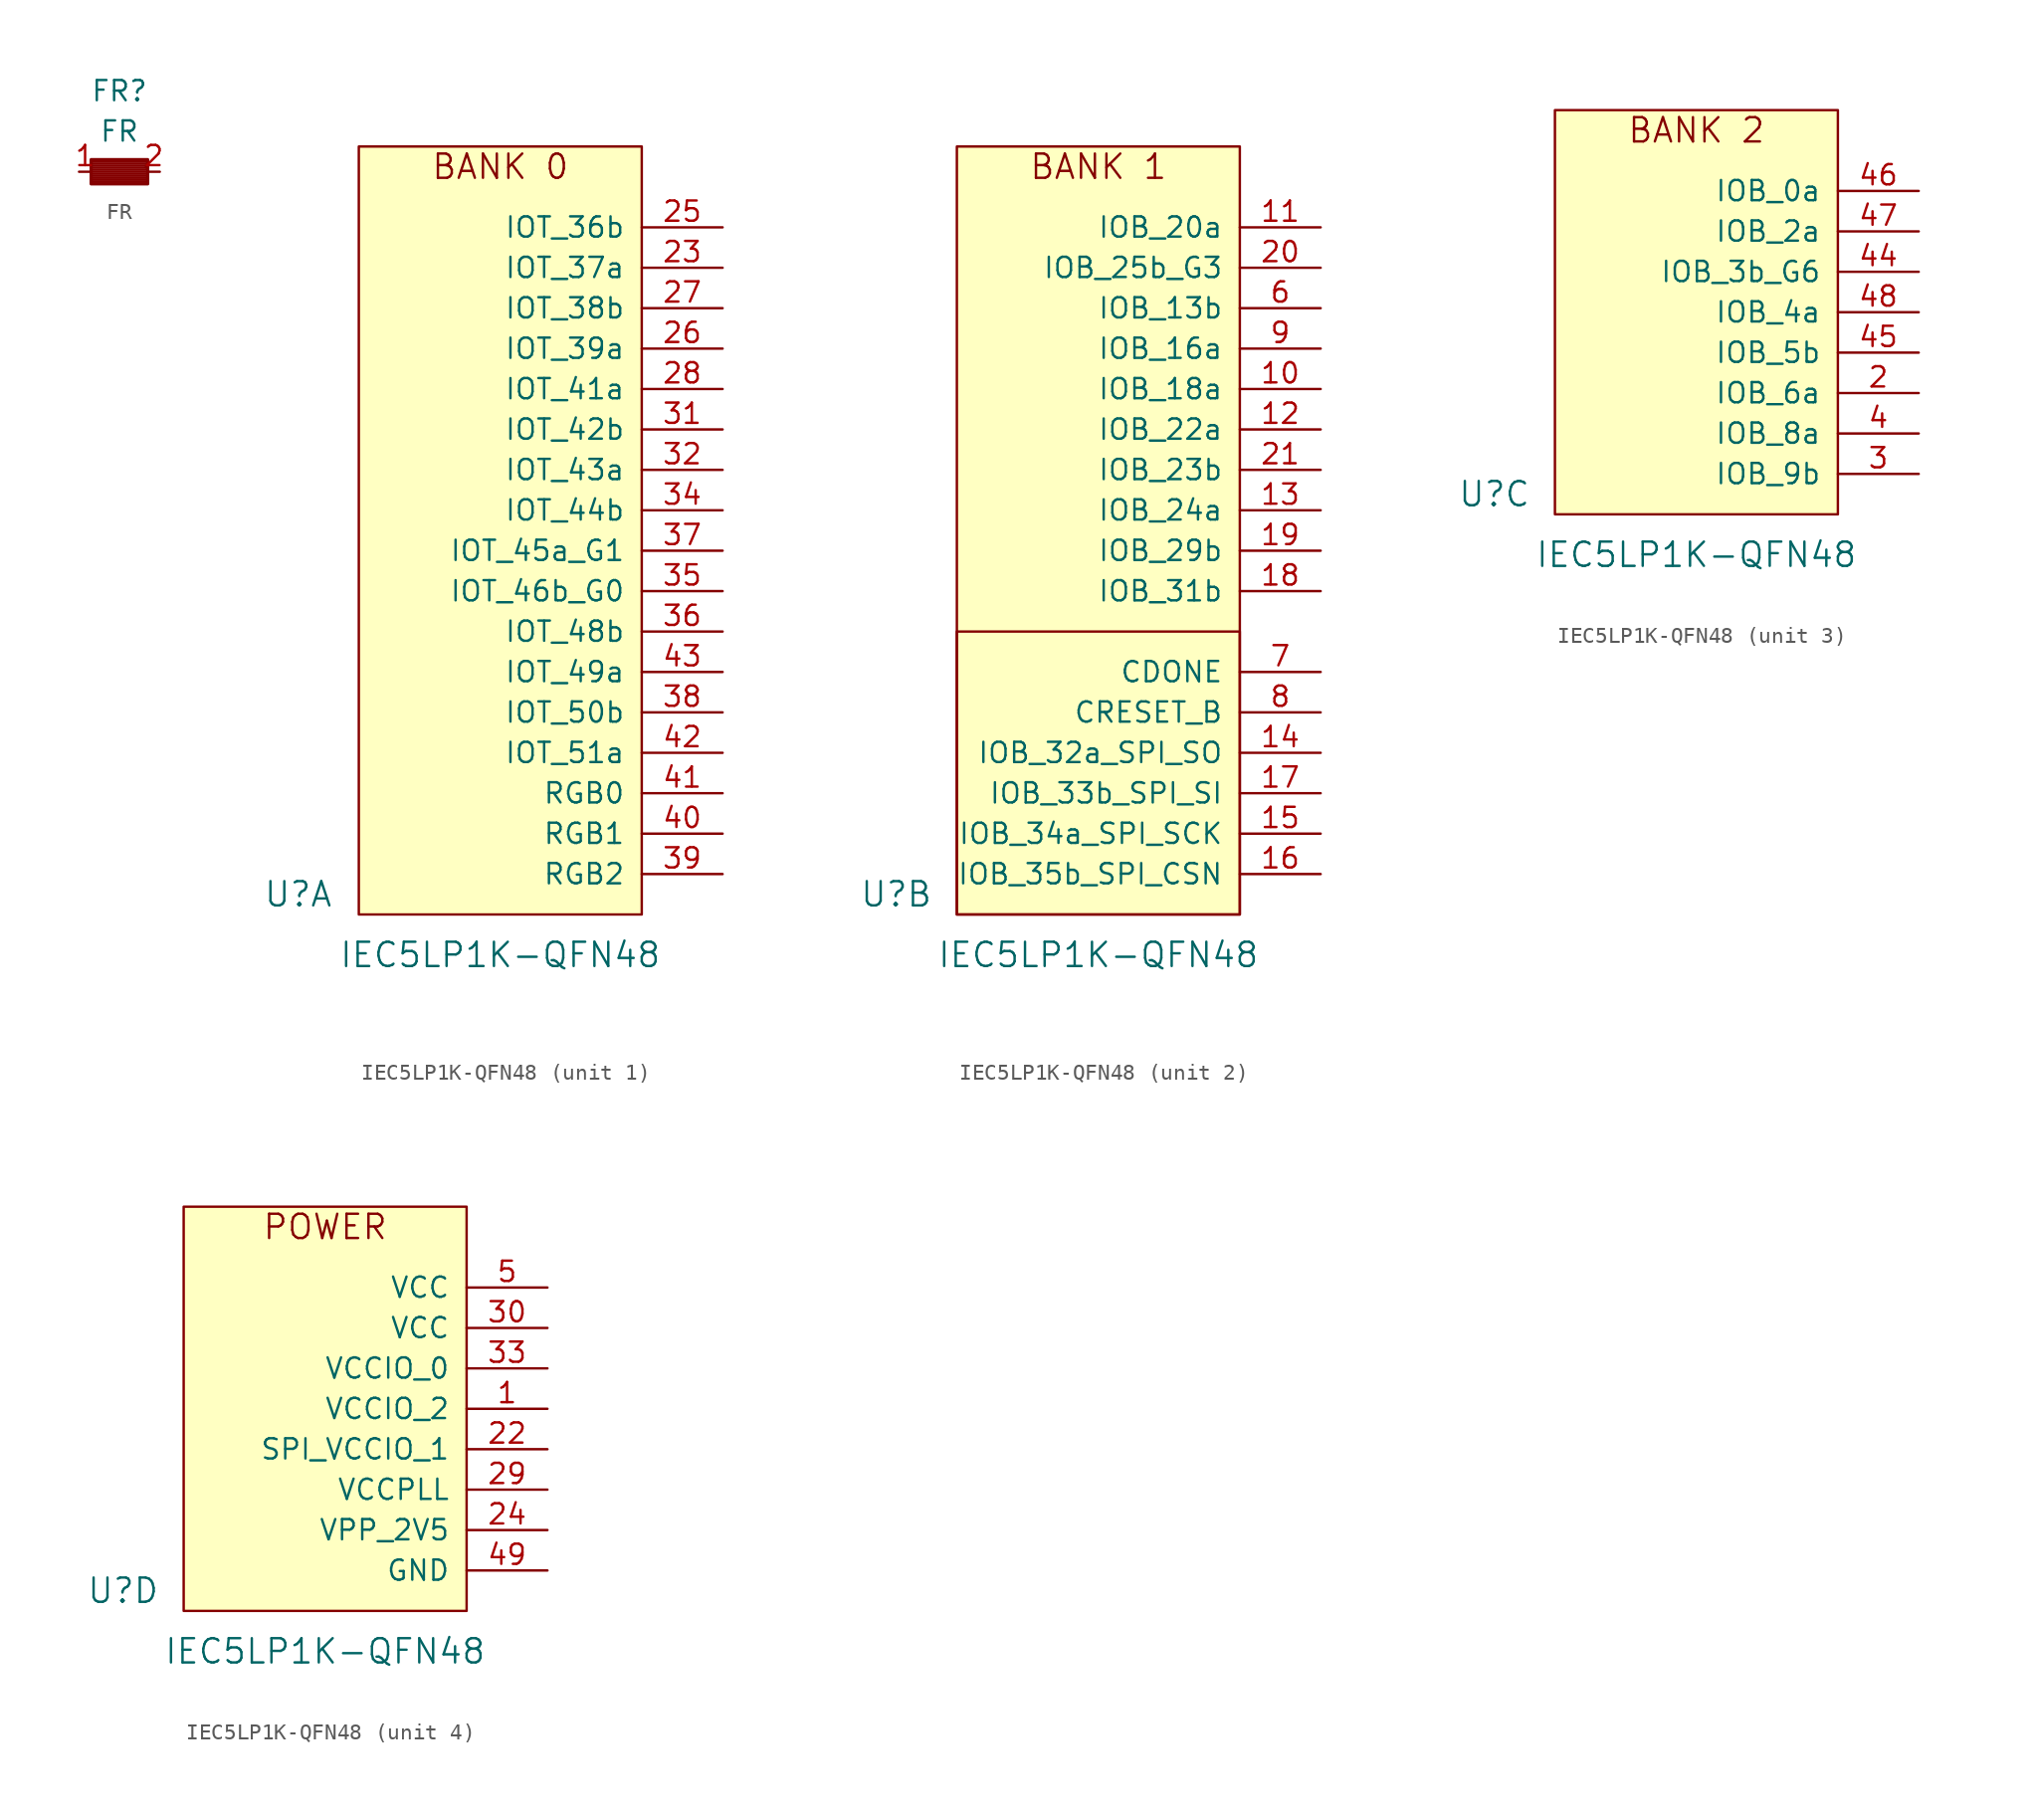
<source format=kicad_sym>
(kicad_symbol_lib
  (version 20211014)
  (generator kicad_symbol_editor)
  (symbol "FR"
    (pin_names
      (offset 1.016))
    (property "Reference" "FR"
      (at 0 2.54 0)
      (effects (font (size 1.27 1.27))))
    (property "Value" "FR"
      (at 0 0 0)
      (effects (font (size 1.27 1.27))))
    (symbol "FR_0_1"
      (polyline (pts (xy -1.778 -3.048) (xy 1.778 -3.048)) (stroke (width 0) (type default) (color 0 0 0 0)) (fill (type none)))
      (polyline (pts (xy -1.778 -2.794) (xy 1.778 -2.794)) (stroke (width 0) (type default) (color 0 0 0 0)) (fill (type none)))
      (polyline (pts (xy -1.778 -2.54) (xy 1.778 -2.54)) (stroke (width 0) (type default) (color 0 0 0 0)) (fill (type none)))
      (polyline (pts (xy -1.778 -2.413) (xy 1.651 -2.413)) (stroke (width 0) (type default) (color 0 0 0 0)) (fill (type none)))
      (polyline (pts (xy -1.778 -2.286) (xy 1.778 -2.286)) (stroke (width 0) (type default) (color 0 0 0 0)) (fill (type none)))
      (polyline (pts (xy -1.778 -2.159) (xy 1.651 -2.159)) (stroke (width 0) (type default) (color 0 0 0 0)) (fill (type none)))
      (polyline (pts (xy -1.778 -2.032) (xy 1.778 -2.032)) (stroke (width 0) (type default) (color 0 0 0 0)) (fill (type none)))
      (polyline (pts (xy 1.778 -2.921) (xy -1.778 -2.921)) (stroke (width 0) (type default) (color 0 0 0 0)) (fill (type none)))
      (polyline (pts (xy 1.778 -2.667) (xy -1.778 -2.667)) (stroke (width 0) (type default) (color 0 0 0 0)) (fill (type none)))
      (polyline (pts (xy 1.778 -2.413) (xy 1.651 -2.159)) (stroke (width 0) (type default) (color 0 0 0 0)) (fill (type none)))
      (polyline (pts (xy 1.778 -1.905) (xy -1.778 -1.905)) (stroke (width 0) (type default) (color 0 0 0 0)) (fill (type none)))
      (polyline (pts (xy -1.778 -3.175) (xy 1.651 -3.175) (xy 1.778 -3.175)) (stroke (width 0) (type default) (color 0 0 0 0)) (fill (type none))))
    (symbol "FR_1_1"
      (rectangle (start -1.778 -3.302) (end 1.778 -1.778) (stroke (width 0.203) (type default) (color 0 0 0 0)) (fill (type none)))
      (pin passive line (at -2.54 -2.54 0) (length 0.762) (name "~" (effects (font (size 1.27 1.27)))) (number "1" (effects (font (size 1.27 1.27)))))
      (pin passive line (at 2.54 -2.54 180) (length 0.762) (name "~" (effects (font (size 1.27 1.27)))) (number "2" (effects (font (size 1.27 1.27)))))))
  (symbol "IEC5LP1K-QFN48"
    (pin_names
      (offset 1.016))
    (property "Reference" "U"
      (at -21.59 1.27 0)
      (effects (font (size 1.524 1.524))))
    (property "Value" "IEC5LP1K-QFN48"
      (at -8.89 -2.54 0)
      (effects (font (size 1.524 1.524))))
    (property "ki_locked" ""
      (at 0 0 0)
      (effects (font (size 1.27 1.27))))
    (symbol "IEC5LP1K-QFN48_1_1"
      (rectangle (start -17.78 48.26) (end 0 0) (stroke (width 0) (type default) (color 0 0 0 0)) (fill (type background)))
      (text "BANK 0" (at -8.89 46.99 0) (effects (font (size 1.524 1.524))))
      (pin input line (at 5.08 40.64 180) (length 5.08) (name "IOT_37a" (effects (font (size 1.27 1.27)))) (number "23" (effects (font (size 1.27 1.27)))))
      (pin input line (at 5.08 43.18 180) (length 5.08) (name "IOT_36b" (effects (font (size 1.27 1.27)))) (number "25" (effects (font (size 1.27 1.27)))))
      (pin input line (at 5.08 35.56 180) (length 5.08) (name "IOT_39a" (effects (font (size 1.27 1.27)))) (number "26" (effects (font (size 1.27 1.27)))))
      (pin input line (at 5.08 38.1 180) (length 5.08) (name "IOT_38b" (effects (font (size 1.27 1.27)))) (number "27" (effects (font (size 1.27 1.27)))))
      (pin input line (at 5.08 33.02 180) (length 5.08) (name "IOT_41a" (effects (font (size 1.27 1.27)))) (number "28" (effects (font (size 1.27 1.27)))))
      (pin input line (at 5.08 30.48 180) (length 5.08) (name "IOT_42b" (effects (font (size 1.27 1.27)))) (number "31" (effects (font (size 1.27 1.27)))))
      (pin input line (at 5.08 27.94 180) (length 5.08) (name "IOT_43a" (effects (font (size 1.27 1.27)))) (number "32" (effects (font (size 1.27 1.27)))))
      (pin input line (at 5.08 25.4 180) (length 5.08) (name "IOT_44b" (effects (font (size 1.27 1.27)))) (number "34" (effects (font (size 1.27 1.27)))))
      (pin input line (at 5.08 20.32 180) (length 5.08) (name "IOT_46b_G0" (effects (font (size 1.27 1.27)))) (number "35" (effects (font (size 1.27 1.27)))))
      (pin input line (at 5.08 17.78 180) (length 5.08) (name "IOT_48b" (effects (font (size 1.27 1.27)))) (number "36" (effects (font (size 1.27 1.27)))))
      (pin input line (at 5.08 22.86 180) (length 5.08) (name "IOT_45a_G1" (effects (font (size 1.27 1.27)))) (number "37" (effects (font (size 1.27 1.27)))))
      (pin input line (at 5.08 12.7 180) (length 5.08) (name "IOT_50b" (effects (font (size 1.27 1.27)))) (number "38" (effects (font (size 1.27 1.27)))))
      (pin input line (at 5.08 2.54 180) (length 5.08) (name "RGB2" (effects (font (size 1.27 1.27)))) (number "39" (effects (font (size 1.27 1.27)))))
      (pin input line (at 5.08 5.08 180) (length 5.08) (name "RGB1" (effects (font (size 1.27 1.27)))) (number "40" (effects (font (size 1.27 1.27)))))
      (pin input line (at 5.08 7.62 180) (length 5.08) (name "RGB0" (effects (font (size 1.27 1.27)))) (number "41" (effects (font (size 1.27 1.27)))))
      (pin input line (at 5.08 10.16 180) (length 5.08) (name "IOT_51a" (effects (font (size 1.27 1.27)))) (number "42" (effects (font (size 1.27 1.27)))))
      (pin input line (at 5.08 15.24 180) (length 5.08) (name "IOT_49a" (effects (font (size 1.27 1.27)))) (number "43" (effects (font (size 1.27 1.27))))))
    (symbol "IEC5LP1K-QFN48_2_1"
      (rectangle (start -17.78 17.78) (end 0 0) (stroke (width 0) (type default) (color 0 0 0 0)) (fill (type background)))
      (rectangle (start -17.78 48.26) (end 0 0) (stroke (width 0) (type default) (color 0 0 0 0)) (fill (type background)))
      (text "BANK 1" (at -8.89 46.99 0) (effects (font (size 1.524 1.524))))
      (pin input line (at 5.08 33.02 180) (length 5.08) (name "IOB_18a" (effects (font (size 1.27 1.27)))) (number "10" (effects (font (size 1.27 1.27)))))
      (pin input line (at 5.08 43.18 180) (length 5.08) (name "IOB_20a" (effects (font (size 1.27 1.27)))) (number "11" (effects (font (size 1.27 1.27)))))
      (pin input line (at 5.08 30.48 180) (length 5.08) (name "IOB_22a" (effects (font (size 1.27 1.27)))) (number "12" (effects (font (size 1.27 1.27)))))
      (pin input line (at 5.08 25.4 180) (length 5.08) (name "IOB_24a" (effects (font (size 1.27 1.27)))) (number "13" (effects (font (size 1.27 1.27)))))
      (pin input line (at 5.08 10.16 180) (length 5.08) (name "IOB_32a_SPI_SO" (effects (font (size 1.27 1.27)))) (number "14" (effects (font (size 1.27 1.27)))))
      (pin input line (at 5.08 5.08 180) (length 5.08) (name "IOB_34a_SPI_SCK" (effects (font (size 1.27 1.27)))) (number "15" (effects (font (size 1.27 1.27)))))
      (pin input line (at 5.08 2.54 180) (length 5.08) (name "IOB_35b_SPI_CSN" (effects (font (size 1.27 1.27)))) (number "16" (effects (font (size 1.27 1.27)))))
      (pin input line (at 5.08 7.62 180) (length 5.08) (name "IOB_33b_SPI_SI" (effects (font (size 1.27 1.27)))) (number "17" (effects (font (size 1.27 1.27)))))
      (pin input line (at 5.08 20.32 180) (length 5.08) (name "IOB_31b" (effects (font (size 1.27 1.27)))) (number "18" (effects (font (size 1.27 1.27)))))
      (pin input line (at 5.08 22.86 180) (length 5.08) (name "IOB_29b" (effects (font (size 1.27 1.27)))) (number "19" (effects (font (size 1.27 1.27)))))
      (pin input line (at 5.08 40.64 180) (length 5.08) (name "IOB_25b_G3" (effects (font (size 1.27 1.27)))) (number "20" (effects (font (size 1.27 1.27)))))
      (pin input line (at 5.08 27.94 180) (length 5.08) (name "IOB_23b" (effects (font (size 1.27 1.27)))) (number "21" (effects (font (size 1.27 1.27)))))
      (pin input line (at 5.08 38.1 180) (length 5.08) (name "IOB_13b" (effects (font (size 1.27 1.27)))) (number "6" (effects (font (size 1.27 1.27)))))
      (pin input line (at 5.08 15.24 180) (length 5.08) (name "CDONE" (effects (font (size 1.27 1.27)))) (number "7" (effects (font (size 1.27 1.27)))))
      (pin input line (at 5.08 12.7 180) (length 5.08) (name "CRESET_B" (effects (font (size 1.27 1.27)))) (number "8" (effects (font (size 1.27 1.27)))))
      (pin input line (at 5.08 35.56 180) (length 5.08) (name "IOB_16a" (effects (font (size 1.27 1.27)))) (number "9" (effects (font (size 1.27 1.27))))))
    (symbol "IEC5LP1K-QFN48_3_1"
      (rectangle (start 0 0) (end -17.78 25.4) (stroke (width 0) (type default) (color 0 0 0 0)) (fill (type background)))
      (text "BANK 2" (at -8.89 24.13 0) (effects (font (size 1.524 1.524))))
      (pin input line (at 5.08 7.62 180) (length 5.08) (name "IOB_6a" (effects (font (size 1.27 1.27)))) (number "2" (effects (font (size 1.27 1.27)))))
      (pin input line (at 5.08 2.54 180) (length 5.08) (name "IOB_9b" (effects (font (size 1.27 1.27)))) (number "3" (effects (font (size 1.27 1.27)))))
      (pin input line (at 5.08 5.08 180) (length 5.08) (name "IOB_8a" (effects (font (size 1.27 1.27)))) (number "4" (effects (font (size 1.27 1.27)))))
      (pin input line (at 5.08 15.24 180) (length 5.08) (name "IOB_3b_G6" (effects (font (size 1.27 1.27)))) (number "44" (effects (font (size 1.27 1.27)))))
      (pin input line (at 5.08 10.16 180) (length 5.08) (name "IOB_5b" (effects (font (size 1.27 1.27)))) (number "45" (effects (font (size 1.27 1.27)))))
      (pin input line (at 5.08 20.32 180) (length 5.08) (name "IOB_0a" (effects (font (size 1.27 1.27)))) (number "46" (effects (font (size 1.27 1.27)))))
      (pin input line (at 5.08 17.78 180) (length 5.08) (name "IOB_2a" (effects (font (size 1.27 1.27)))) (number "47" (effects (font (size 1.27 1.27)))))
      (pin input line (at 5.08 12.7 180) (length 5.08) (name "IOB_4a" (effects (font (size 1.27 1.27)))) (number "48" (effects (font (size 1.27 1.27))))))
    (symbol "IEC5LP1K-QFN48_4_1"
      (rectangle (start -17.78 25.4) (end 0 0) (stroke (width 0) (type default) (color 0 0 0 0)) (fill (type background)))
      (text "POWER" (at -8.89 24.13 0) (effects (font (size 1.524 1.524))))
      (pin input line (at 5.08 12.7 180) (length 5.08) (name "VCCIO_2" (effects (font (size 1.27 1.27)))) (number "1" (effects (font (size 1.27 1.27)))))
      (pin input line (at 5.08 10.16 180) (length 5.08) (name "SPI_VCCIO_1" (effects (font (size 1.27 1.27)))) (number "22" (effects (font (size 1.27 1.27)))))
      (pin input line (at 5.08 5.08 180) (length 5.08) (name "VPP_2V5" (effects (font (size 1.27 1.27)))) (number "24" (effects (font (size 1.27 1.27)))))
      (pin input line (at 5.08 7.62 180) (length 5.08) (name "VCCPLL" (effects (font (size 1.27 1.27)))) (number "29" (effects (font (size 1.27 1.27)))))
      (pin input line (at 5.08 17.78 180) (length 5.08) (name "VCC" (effects (font (size 1.27 1.27)))) (number "30" (effects (font (size 1.27 1.27)))))
      (pin input line (at 5.08 15.24 180) (length 5.08) (name "VCCIO_0" (effects (font (size 1.27 1.27)))) (number "33" (effects (font (size 1.27 1.27)))))
      (pin input line (at 5.08 2.54 180) (length 5.08) (name "GND" (effects (font (size 1.27 1.27)))) (number "49" (effects (font (size 1.27 1.27)))))
      (pin input line (at 5.08 20.32 180) (length 5.08) (name "VCC" (effects (font (size 1.27 1.27)))) (number "5" (effects (font (size 1.27 1.27))))))))
</source>
